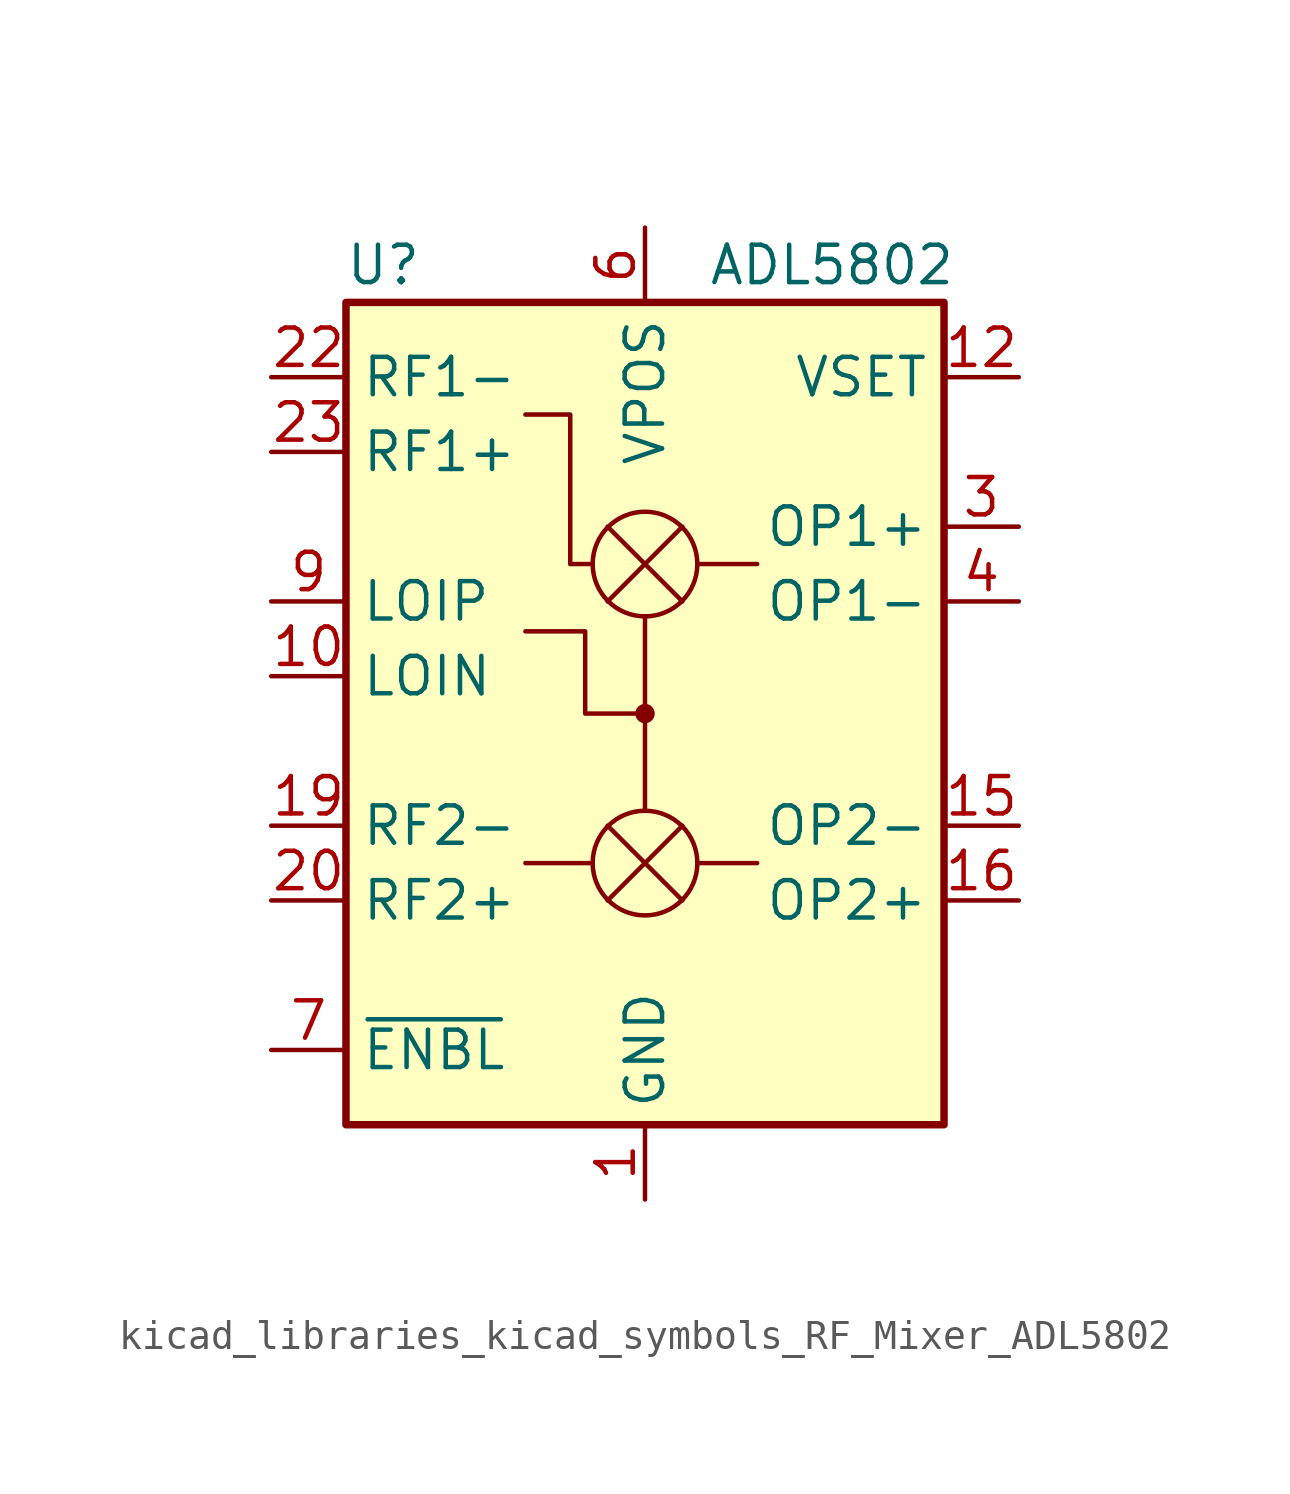
<source format=kicad_sym>
(kicad_symbol_lib
  (version 20220914)
  (generator kicad_symbol_editor)
  (symbol "kicad_libraries_kicad_symbols_RF_Mixer_ADL5802"
    (property "Reference" "U"
      (at -8.89 16.51 0)
      (effects (font (size 1.27 1.27))))
    (property "Value" "ADL5802"
      (at 6.35 16.51 0)
      (effects (font (size 1.27 1.27))))
    (symbol "kicad_libraries_kicad_symbols_RF_Mixer_ADL5802_0_1"
      (rectangle (start -10.16 15.24) (end 10.16 -12.7) (stroke (width 0.254) (type default)) (fill (type background)))
      (polyline (pts (xy -1.778 -3.81) (xy -4.064 -3.81)) (stroke (width 0) (type default)) (fill (type none)))
      (polyline (pts (xy 0 4.572) (xy 0 -2.032)) (stroke (width 0) (type default)) (fill (type none)))
      (polyline (pts (xy -1.778 6.35) (xy -2.54 6.35) (xy -2.54 11.43) (xy -4.064 11.43)) (stroke (width 0) (type default)) (fill (type none)))
      (polyline (pts (xy 0 1.27) (xy -2.032 1.27) (xy -2.032 4.064) (xy -3.048 4.064) (xy -4.064 4.064)) (stroke (width 0) (type default)) (fill (type none)))
      (circle (center 0 1.27) (radius 0.254) (stroke (width 0) (type default)) (fill (type outline))))
    (symbol "kicad_libraries_kicad_symbols_RF_Mixer_ADL5802_1_1"
      (circle (center 0 -3.81) (radius 1.778) (stroke (width 0) (type default)) (fill (type none)))
      (polyline (pts (xy -1.27 -5.08) (xy 1.27 -2.54)) (stroke (width 0) (type default)) (fill (type none)))
      (polyline (pts (xy -1.27 -2.54) (xy 1.27 -5.08)) (stroke (width 0) (type default)) (fill (type none)))
      (polyline (pts (xy -1.27 5.08) (xy 1.27 7.62)) (stroke (width 0) (type default)) (fill (type none)))
      (polyline (pts (xy -1.27 7.62) (xy 1.27 5.08)) (stroke (width 0) (type default)) (fill (type none)))
      (circle (center 0 6.35) (radius 1.778) (stroke (width 0) (type default)) (fill (type none)))
      (rectangle (start 3.81 -3.81) (end 1.778 -3.81) (stroke (width 0) (type default)) (fill (type none)))
      (rectangle (start 3.81 6.35) (end 1.778 6.35) (stroke (width 0) (type default)) (fill (type none)))
      (pin power_in line (at 0 -15.24 90) (length 2.54) (name "GND" (effects (font (size 1.27 1.27)))) (number "1" (effects (font (size 1.27 1.27)))))
      (pin input line (at -12.7 2.54 0) (length 2.54) (name "LOIN" (effects (font (size 1.27 1.27)))) (number "10" (effects (font (size 1.27 1.27)))))
      (pin passive line (at 0 -15.24 90) (length 2.54) hide (name "GND" (effects (font (size 1.27 1.27)))) (number "11" (effects (font (size 1.27 1.27)))))
      (pin input line (at 12.7 12.7 180) (length 2.54) (name "VSET" (effects (font (size 1.27 1.27)))) (number "12" (effects (font (size 1.27 1.27)))))
      (pin passive line (at 0 17.78 270) (length 2.54) hide (name "VPOS" (effects (font (size 1.27 1.27)))) (number "13" (effects (font (size 1.27 1.27)))))
      (pin passive line (at 0 -15.24 90) (length 2.54) hide (name "GND" (effects (font (size 1.27 1.27)))) (number "14" (effects (font (size 1.27 1.27)))))
      (pin output line (at 12.7 -2.54 180) (length 2.54) (name "OP2-" (effects (font (size 1.27 1.27)))) (number "15" (effects (font (size 1.27 1.27)))))
      (pin output line (at 12.7 -5.08 180) (length 2.54) (name "OP2+" (effects (font (size 1.27 1.27)))) (number "16" (effects (font (size 1.27 1.27)))))
      (pin passive line (at 0 -15.24 90) (length 2.54) hide (name "GND" (effects (font (size 1.27 1.27)))) (number "17" (effects (font (size 1.27 1.27)))))
      (pin passive line (at 0 -15.24 90) (length 2.54) hide (name "GND" (effects (font (size 1.27 1.27)))) (number "18" (effects (font (size 1.27 1.27)))))
      (pin input line (at -12.7 -2.54 0) (length 2.54) (name "RF2-" (effects (font (size 1.27 1.27)))) (number "19" (effects (font (size 1.27 1.27)))))
      (pin passive line (at 0 -15.24 90) (length 2.54) hide (name "GND" (effects (font (size 1.27 1.27)))) (number "2" (effects (font (size 1.27 1.27)))))
      (pin input line (at -12.7 -5.08 0) (length 2.54) (name "RF2+" (effects (font (size 1.27 1.27)))) (number "20" (effects (font (size 1.27 1.27)))))
      (pin passive line (at 0 -15.24 90) (length 2.54) hide (name "GND" (effects (font (size 1.27 1.27)))) (number "21" (effects (font (size 1.27 1.27)))))
      (pin input line (at -12.7 12.7 0) (length 2.54) (name "RF1-" (effects (font (size 1.27 1.27)))) (number "22" (effects (font (size 1.27 1.27)))))
      (pin input line (at -12.7 10.16 0) (length 2.54) (name "RF1+" (effects (font (size 1.27 1.27)))) (number "23" (effects (font (size 1.27 1.27)))))
      (pin passive line (at 0 17.78 270) (length 2.54) hide (name "VPOS" (effects (font (size 1.27 1.27)))) (number "24" (effects (font (size 1.27 1.27)))))
      (pin passive line (at 0 -15.24 90) (length 2.54) hide (name "GND" (effects (font (size 1.27 1.27)))) (number "25" (effects (font (size 1.27 1.27)))))
      (pin output line (at 12.7 7.62 180) (length 2.54) (name "OP1+" (effects (font (size 1.27 1.27)))) (number "3" (effects (font (size 1.27 1.27)))))
      (pin output line (at 12.7 5.08 180) (length 2.54) (name "OP1-" (effects (font (size 1.27 1.27)))) (number "4" (effects (font (size 1.27 1.27)))))
      (pin passive line (at 0 -15.24 90) (length 2.54) hide (name "GND" (effects (font (size 1.27 1.27)))) (number "5" (effects (font (size 1.27 1.27)))))
      (pin power_in line (at 0 17.78 270) (length 2.54) (name "VPOS" (effects (font (size 1.27 1.27)))) (number "6" (effects (font (size 1.27 1.27)))))
      (pin input line (at -12.7 -10.16 0) (length 2.54) (name "~{ENBL}" (effects (font (size 1.27 1.27)))) (number "7" (effects (font (size 1.27 1.27)))))
      (pin passive line (at 0 -15.24 90) (length 2.54) hide (name "GND" (effects (font (size 1.27 1.27)))) (number "8" (effects (font (size 1.27 1.27)))))
      (pin input line (at -12.7 5.08 0) (length 2.54) (name "LOIP" (effects (font (size 1.27 1.27)))) (number "9" (effects (font (size 1.27 1.27))))))))
</source>
